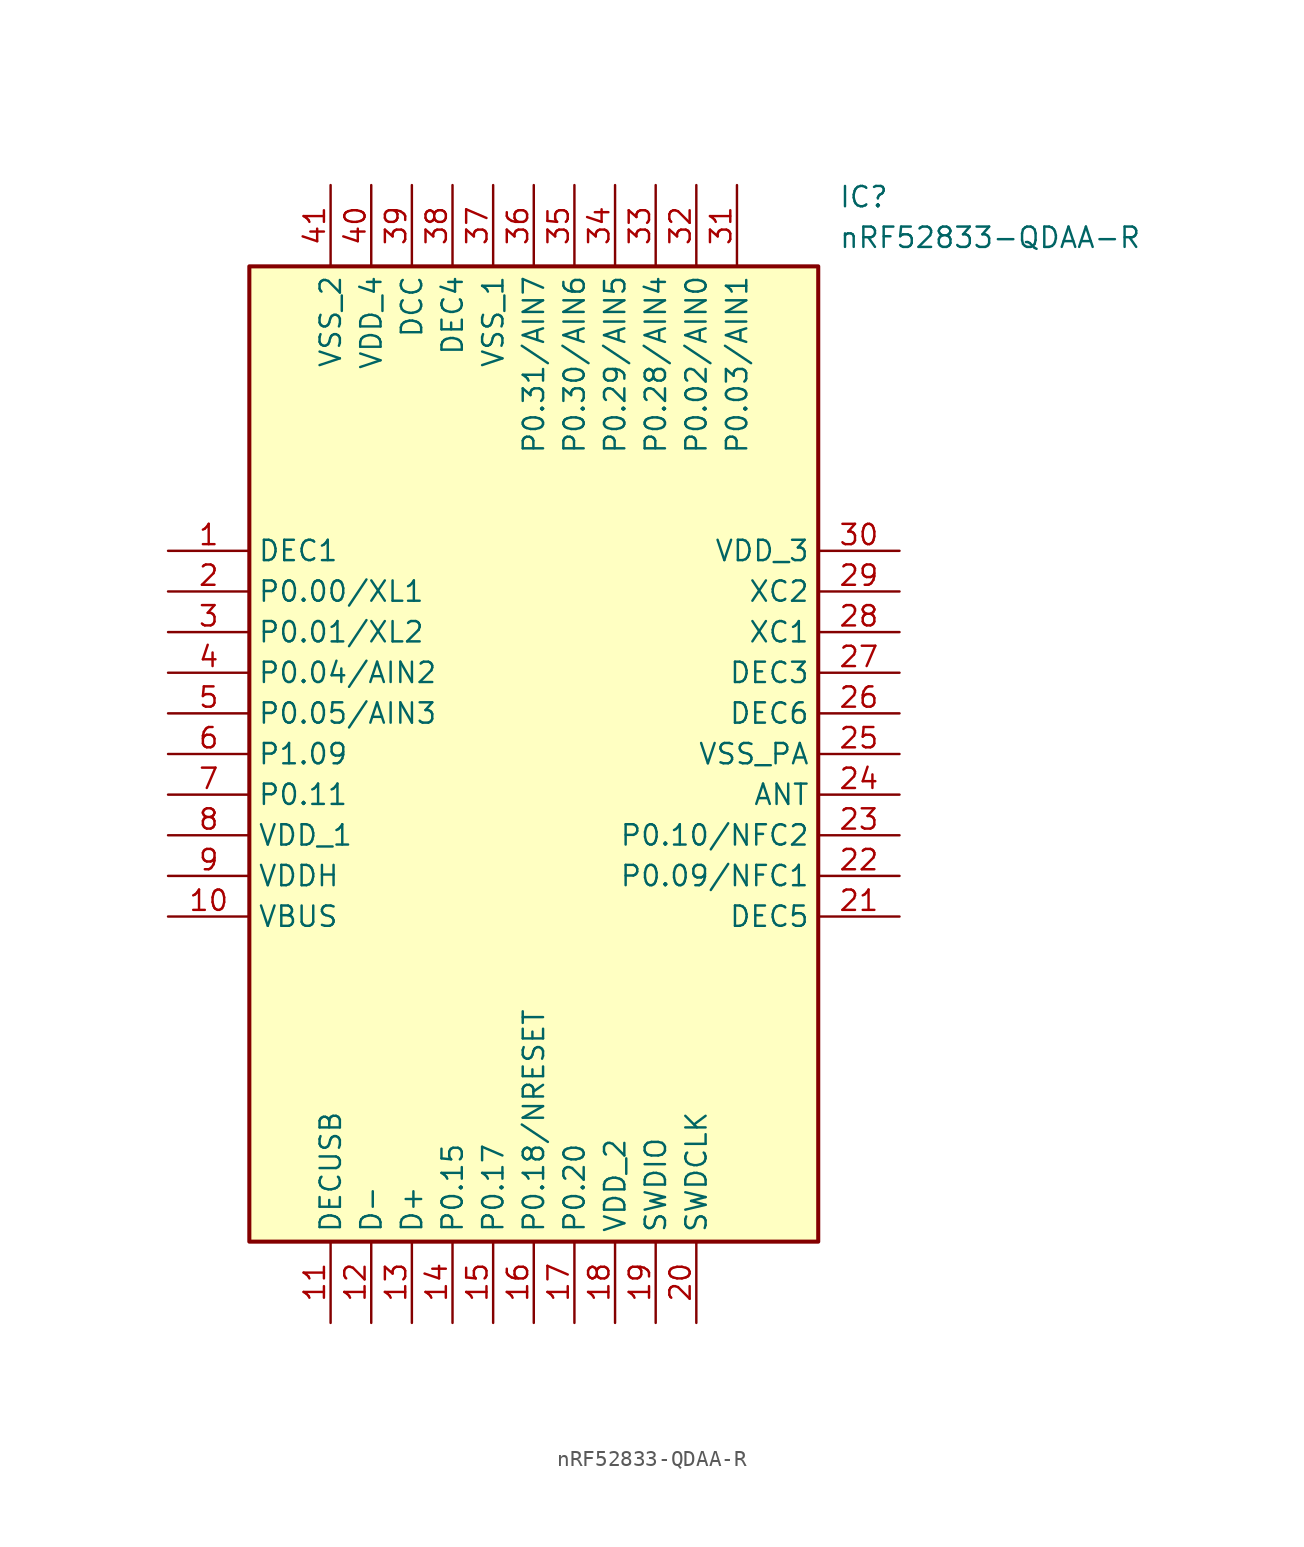
<source format=kicad_sym>
(kicad_symbol_lib
  (version 20211014)
  (generator SamacSys_ECAD_Model)
  (symbol "nRF52833-QDAA-R"
    (property "Reference" "IC"
      (at 41.91 22.86 0)
      (effects (font (size 1.27 1.27)) (justify left top)))
    (property "Value" "nRF52833-QDAA-R"
      (at 41.91 20.32 0)
      (effects (font (size 1.27 1.27)) (justify left top)))
    (rectangle
      (start 5.08 17.78)
      (end 40.64 -43.18)
      (stroke (width 0.254) (type default))
      (fill (type background)))
    (pin passive line
      (at 0 0 0)
      (length 5.08)
      (name "DEC1" (effects (font (size 1.27 1.27))))
      (number "1" (effects (font (size 1.27 1.27)))))
    (pin passive line
      (at 0 -2.54 0)
      (length 5.08)
      (name "P0.00/XL1" (effects (font (size 1.27 1.27))))
      (number "2" (effects (font (size 1.27 1.27)))))
    (pin passive line
      (at 0 -5.08 0)
      (length 5.08)
      (name "P0.01/XL2" (effects (font (size 1.27 1.27))))
      (number "3" (effects (font (size 1.27 1.27)))))
    (pin passive line
      (at 0 -7.62 0)
      (length 5.08)
      (name "P0.04/AIN2" (effects (font (size 1.27 1.27))))
      (number "4" (effects (font (size 1.27 1.27)))))
    (pin passive line
      (at 0 -10.16 0)
      (length 5.08)
      (name "P0.05/AIN3" (effects (font (size 1.27 1.27))))
      (number "5" (effects (font (size 1.27 1.27)))))
    (pin passive line
      (at 0 -12.7 0)
      (length 5.08)
      (name "P1.09" (effects (font (size 1.27 1.27))))
      (number "6" (effects (font (size 1.27 1.27)))))
    (pin passive line
      (at 0 -15.24 0)
      (length 5.08)
      (name "P0.11" (effects (font (size 1.27 1.27))))
      (number "7" (effects (font (size 1.27 1.27)))))
    (pin passive line
      (at 0 -17.78 0)
      (length 5.08)
      (name "VDD_1" (effects (font (size 1.27 1.27))))
      (number "8" (effects (font (size 1.27 1.27)))))
    (pin passive line
      (at 0 -20.32 0)
      (length 5.08)
      (name "VDDH" (effects (font (size 1.27 1.27))))
      (number "9" (effects (font (size 1.27 1.27)))))
    (pin passive line
      (at 0 -22.86 0)
      (length 5.08)
      (name "VBUS" (effects (font (size 1.27 1.27))))
      (number "10" (effects (font (size 1.27 1.27)))))
    (pin passive line
      (at 10.16 -48.26 90)
      (length 5.08)
      (name "DECUSB" (effects (font (size 1.27 1.27))))
      (number "11" (effects (font (size 1.27 1.27)))))
    (pin passive line
      (at 12.7 -48.26 90)
      (length 5.08)
      (name "D-" (effects (font (size 1.27 1.27))))
      (number "12" (effects (font (size 1.27 1.27)))))
    (pin passive line
      (at 15.24 -48.26 90)
      (length 5.08)
      (name "D+" (effects (font (size 1.27 1.27))))
      (number "13" (effects (font (size 1.27 1.27)))))
    (pin passive line
      (at 17.78 -48.26 90)
      (length 5.08)
      (name "P0.15" (effects (font (size 1.27 1.27))))
      (number "14" (effects (font (size 1.27 1.27)))))
    (pin passive line
      (at 20.32 -48.26 90)
      (length 5.08)
      (name "P0.17" (effects (font (size 1.27 1.27))))
      (number "15" (effects (font (size 1.27 1.27)))))
    (pin passive line
      (at 22.86 -48.26 90)
      (length 5.08)
      (name "P0.18/NRESET" (effects (font (size 1.27 1.27))))
      (number "16" (effects (font (size 1.27 1.27)))))
    (pin passive line
      (at 25.4 -48.26 90)
      (length 5.08)
      (name "P0.20" (effects (font (size 1.27 1.27))))
      (number "17" (effects (font (size 1.27 1.27)))))
    (pin passive line
      (at 27.94 -48.26 90)
      (length 5.08)
      (name "VDD_2" (effects (font (size 1.27 1.27))))
      (number "18" (effects (font (size 1.27 1.27)))))
    (pin passive line
      (at 30.48 -48.26 90)
      (length 5.08)
      (name "SWDIO" (effects (font (size 1.27 1.27))))
      (number "19" (effects (font (size 1.27 1.27)))))
    (pin passive line
      (at 33.02 -48.26 90)
      (length 5.08)
      (name "SWDCLK" (effects (font (size 1.27 1.27))))
      (number "20" (effects (font (size 1.27 1.27)))))
    (pin passive line
      (at 45.72 0 180)
      (length 5.08)
      (name "VDD_3" (effects (font (size 1.27 1.27))))
      (number "30" (effects (font (size 1.27 1.27)))))
    (pin passive line
      (at 45.72 -2.54 180)
      (length 5.08)
      (name "XC2" (effects (font (size 1.27 1.27))))
      (number "29" (effects (font (size 1.27 1.27)))))
    (pin passive line
      (at 45.72 -5.08 180)
      (length 5.08)
      (name "XC1" (effects (font (size 1.27 1.27))))
      (number "28" (effects (font (size 1.27 1.27)))))
    (pin passive line
      (at 45.72 -7.62 180)
      (length 5.08)
      (name "DEC3" (effects (font (size 1.27 1.27))))
      (number "27" (effects (font (size 1.27 1.27)))))
    (pin passive line
      (at 45.72 -10.16 180)
      (length 5.08)
      (name "DEC6" (effects (font (size 1.27 1.27))))
      (number "26" (effects (font (size 1.27 1.27)))))
    (pin passive line
      (at 45.72 -12.7 180)
      (length 5.08)
      (name "VSS_PA" (effects (font (size 1.27 1.27))))
      (number "25" (effects (font (size 1.27 1.27)))))
    (pin passive line
      (at 45.72 -15.24 180)
      (length 5.08)
      (name "ANT" (effects (font (size 1.27 1.27))))
      (number "24" (effects (font (size 1.27 1.27)))))
    (pin passive line
      (at 45.72 -17.78 180)
      (length 5.08)
      (name "P0.10/NFC2" (effects (font (size 1.27 1.27))))
      (number "23" (effects (font (size 1.27 1.27)))))
    (pin passive line
      (at 45.72 -20.32 180)
      (length 5.08)
      (name "P0.09/NFC1" (effects (font (size 1.27 1.27))))
      (number "22" (effects (font (size 1.27 1.27)))))
    (pin passive line
      (at 45.72 -22.86 180)
      (length 5.08)
      (name "DEC5" (effects (font (size 1.27 1.27))))
      (number "21" (effects (font (size 1.27 1.27)))))
    (pin passive line
      (at 10.16 22.86 270)
      (length 5.08)
      (name "VSS_2" (effects (font (size 1.27 1.27))))
      (number "41" (effects (font (size 1.27 1.27)))))
    (pin passive line
      (at 12.7 22.86 270)
      (length 5.08)
      (name "VDD_4" (effects (font (size 1.27 1.27))))
      (number "40" (effects (font (size 1.27 1.27)))))
    (pin passive line
      (at 15.24 22.86 270)
      (length 5.08)
      (name "DCC" (effects (font (size 1.27 1.27))))
      (number "39" (effects (font (size 1.27 1.27)))))
    (pin passive line
      (at 17.78 22.86 270)
      (length 5.08)
      (name "DEC4" (effects (font (size 1.27 1.27))))
      (number "38" (effects (font (size 1.27 1.27)))))
    (pin passive line
      (at 20.32 22.86 270)
      (length 5.08)
      (name "VSS_1" (effects (font (size 1.27 1.27))))
      (number "37" (effects (font (size 1.27 1.27)))))
    (pin passive line
      (at 22.86 22.86 270)
      (length 5.08)
      (name "P0.31/AIN7" (effects (font (size 1.27 1.27))))
      (number "36" (effects (font (size 1.27 1.27)))))
    (pin passive line
      (at 25.4 22.86 270)
      (length 5.08)
      (name "P0.30/AIN6" (effects (font (size 1.27 1.27))))
      (number "35" (effects (font (size 1.27 1.27)))))
    (pin passive line
      (at 27.94 22.86 270)
      (length 5.08)
      (name "P0.29/AIN5" (effects (font (size 1.27 1.27))))
      (number "34" (effects (font (size 1.27 1.27)))))
    (pin passive line
      (at 30.48 22.86 270)
      (length 5.08)
      (name "P0.28/AIN4" (effects (font (size 1.27 1.27))))
      (number "33" (effects (font (size 1.27 1.27)))))
    (pin passive line
      (at 33.02 22.86 270)
      (length 5.08)
      (name "P0.02/AIN0" (effects (font (size 1.27 1.27))))
      (number "32" (effects (font (size 1.27 1.27)))))
    (pin passive line
      (at 35.56 22.86 270)
      (length 5.08)
      (name "P0.03/AIN1" (effects (font (size 1.27 1.27))))
      (number "31" (effects (font (size 1.27 1.27)))))))
</source>
